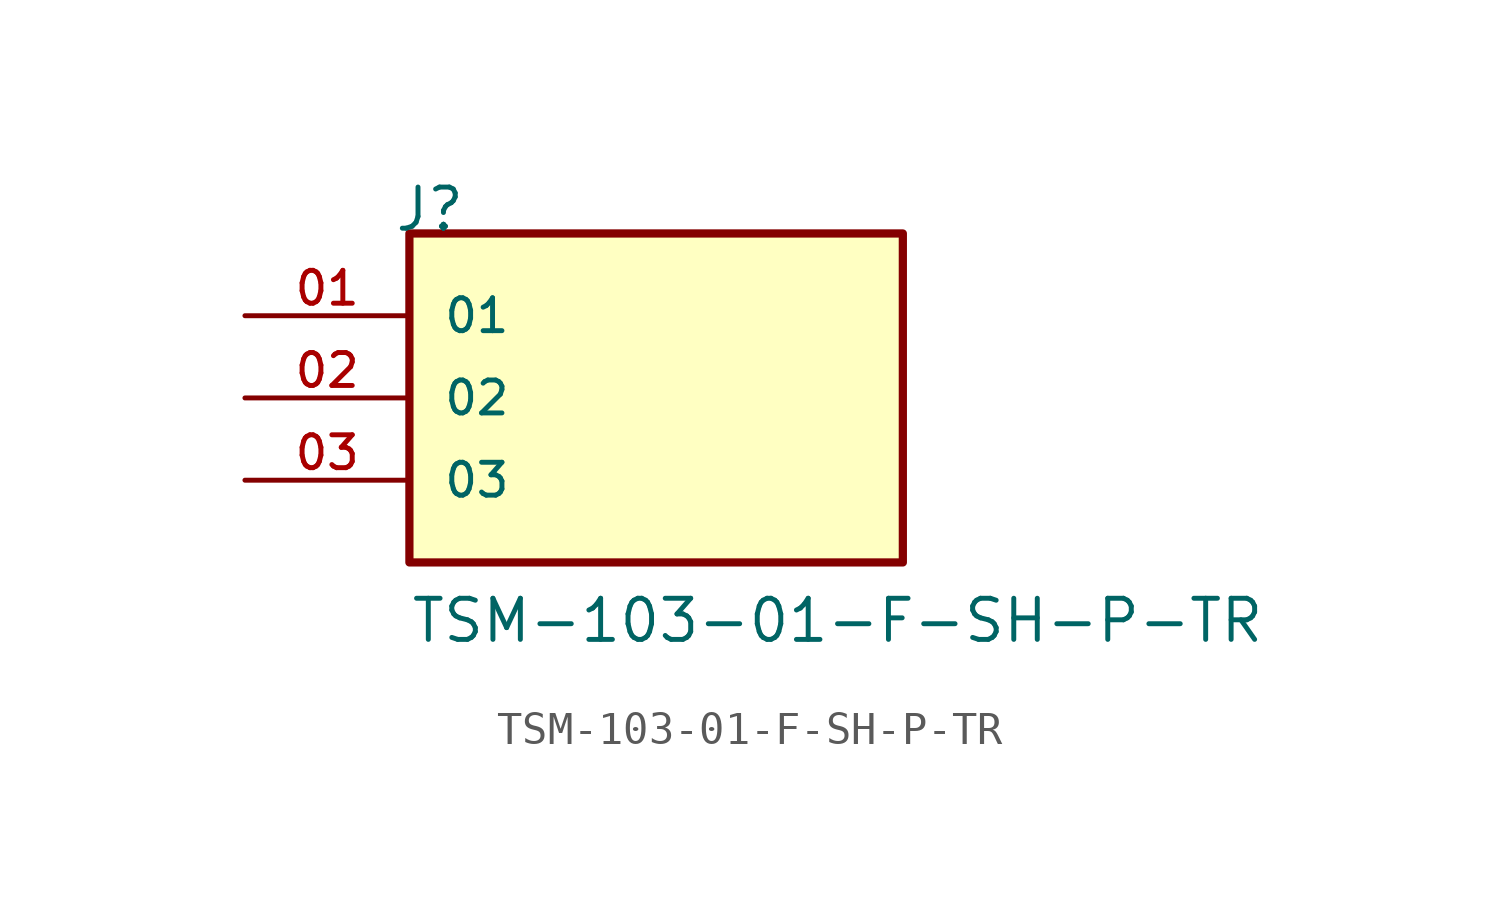
<source format=kicad_sym>
(kicad_symbol_lib
  (version 20211014)
  (generator kicad_symbol_editor)
  (symbol "TSM-103-01-F-SH-P-TR"
    (pin_names
      (offset 1.016))
    (property "Reference" "J"
      (at -8.12 5.08 0)
      (effects (font (size 1.27 1.27)) (justify bottom left)))
    (property "Value" "TSM-103-01-F-SH-P-TR"
      (at -7.62 -7.62 0)
      (effects (font (size 1.27 1.27)) (justify bottom left)))
    (symbol "TSM-103-01-F-SH-P-TR_0_0"
      (rectangle (start -7.62 -5.08) (end 7.62 5.08) (stroke (width 0.254)) (fill (type background)))
      (pin passive line (at -12.7 2.54 0) (length 5.08) (name "01" (effects (font (size 1.016 1.016)))) (number "01" (effects (font (size 1.016 1.016)))))
      (pin passive line (at -12.7 0.0 0) (length 5.08) (name "02" (effects (font (size 1.016 1.016)))) (number "02" (effects (font (size 1.016 1.016)))))
      (pin passive line (at -12.7 -2.54 0) (length 5.08) (name "03" (effects (font (size 1.016 1.016)))) (number "03" (effects (font (size 1.016 1.016))))))))
</source>
